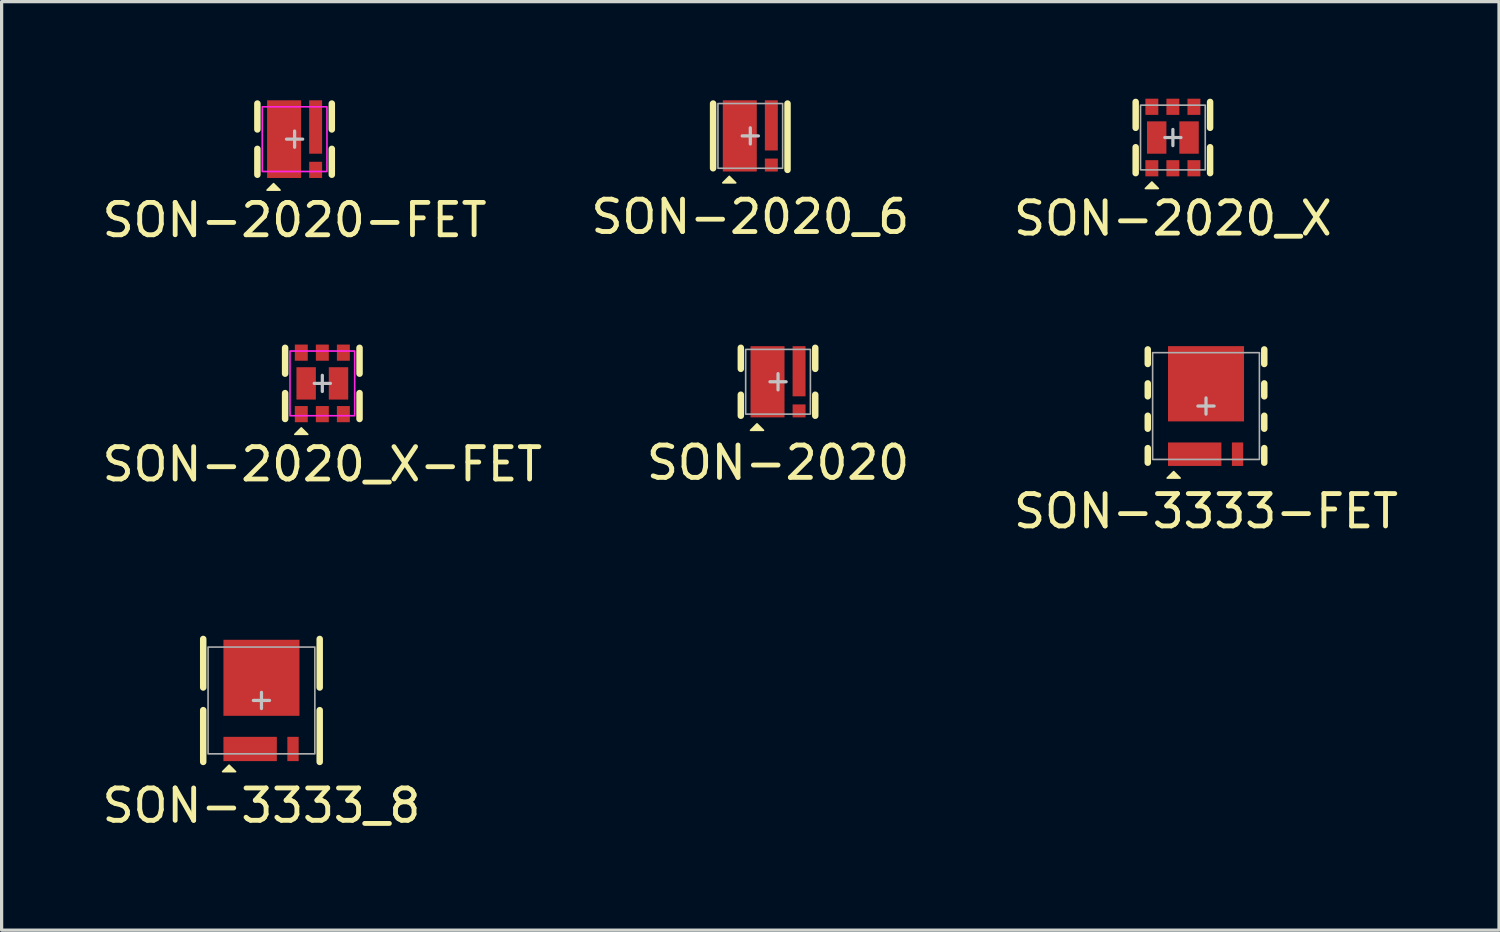
<source format=kicad_pcb>
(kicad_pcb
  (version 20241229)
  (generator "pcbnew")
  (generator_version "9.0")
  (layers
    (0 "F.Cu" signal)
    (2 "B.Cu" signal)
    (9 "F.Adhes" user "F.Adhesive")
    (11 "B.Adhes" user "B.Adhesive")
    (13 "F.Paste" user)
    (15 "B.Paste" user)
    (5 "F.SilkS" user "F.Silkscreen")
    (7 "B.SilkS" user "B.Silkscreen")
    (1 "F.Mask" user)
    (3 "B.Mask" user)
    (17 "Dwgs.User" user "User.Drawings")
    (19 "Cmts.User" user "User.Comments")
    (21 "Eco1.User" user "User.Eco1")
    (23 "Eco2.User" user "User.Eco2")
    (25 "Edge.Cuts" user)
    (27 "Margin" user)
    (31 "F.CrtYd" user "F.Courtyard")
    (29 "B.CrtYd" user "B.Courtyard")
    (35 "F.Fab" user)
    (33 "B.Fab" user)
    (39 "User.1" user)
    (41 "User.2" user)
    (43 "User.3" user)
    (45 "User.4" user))
  (footprint "SON-2020"
    (layer "F.Cu")
    (at 20.994 8.748)
    (property "Reference" "SON-2020" (at 0 2.5 0) (unlocked yes) (layer "F.SilkS") (effects (font (size 1 1) (thickness 0.15))))
    (attr smd)
    (fp_rect (start -0.85 -0.7) (end -0.45 -1.1) (stroke (width 0.1) (type solid)) (fill yes) (layer "F.Mask"))
    (fp_rect (start -0.85 -0.45) (end 0.2 0.45) (stroke (width 0.1) (type solid)) (fill yes) (layer "F.Mask"))
    (fp_rect (start -0.85 1.1) (end -0.45 0.7) (stroke (width 0.1) (type solid)) (fill yes) (layer "F.Mask"))
    (fp_rect (start -0.2 -0.7) (end 0.2 -1.1) (stroke (width 0.1) (type solid)) (fill yes) (layer "F.Mask"))
    (fp_rect (start -0.2 1.1) (end 0.2 0.7) (stroke (width 0.1) (type solid)) (fill yes) (layer "F.Mask"))
    (fp_rect (start 0.45 -0.7) (end 0.85 -1.1) (stroke (width 0.1) (type solid)) (fill yes) (layer "F.Mask"))
    (fp_rect (start 0.45 0.45) (end 0.85 -0.45) (stroke (width 0.1) (type solid)) (fill yes) (layer "F.Mask"))
    (fp_line (start -1.15 -0.4) (end -1.15 -1.05) (stroke (width 0.2) (type solid)) (layer "F.SilkS"))
    (fp_line (start -1.15 1.05) (end -1.15 0.4) (stroke (width 0.2) (type solid)) (layer "F.SilkS"))
    (fp_line (start 1.15 -0.4) (end 1.15 -1.05) (stroke (width 0.2) (type solid)) (layer "F.SilkS"))
    (fp_line (start 1.15 1.05) (end 1.15 0.4) (stroke (width 0.2) (type solid)) (layer "F.SilkS"))
    (fp_poly (pts (xy -0.85 1.5) (xy -0.65 1.3) (xy -0.45 1.5)) (stroke (width 0.05) (type solid)) (fill yes) (layer "F.SilkS"))
    (fp_rect (start -0.8 -1.05) (end -0.45 -0.7) (stroke (width 0) (type solid)) (fill yes) (layer "F.Paste"))
    (fp_rect (start -0.8 -0.45) (end -0.4 0.45) (stroke (width 0) (type solid)) (fill yes) (layer "F.Paste"))
    (fp_rect (start -0.8 1.05) (end -0.45 0.7) (stroke (width 0) (type solid)) (fill yes) (layer "F.Paste"))
    (fp_rect (start -0.25 -0.45) (end 0.15 0.45) (stroke (width 0) (type solid)) (fill yes) (layer "F.Paste"))
    (fp_rect (start 0.15 -1.05) (end -0.2 -0.7) (stroke (width 0) (type solid)) (fill yes) (layer "F.Paste"))
    (fp_rect (start 0.15 1.05) (end -0.2 0.7) (stroke (width 0) (type solid)) (fill yes) (layer "F.Paste"))
    (fp_rect (start 0.5 -1.05) (end 0.8 -0.7) (stroke (width 0) (type solid)) (fill yes) (layer "F.Paste"))
    (fp_rect (start 0.5 0.4) (end 0.8 -0.45) (stroke (width 0) (type solid)) (fill yes) (layer "F.Paste"))
    (fp_line (start -0.25 0) (end 0.25 0) (stroke (width 0.1) (type solid)) (layer "Dwgs.User"))
    (fp_line (start 0 -0.25) (end 0 0.25) (stroke (width 0.1) (type solid)) (layer "Dwgs.User"))
    (fp_rect (start -1 -1) (end 1 1) (stroke (width 0.05) (type solid)) (fill no) (layer "F.Fab"))
    (pad "D" smd rect (at -0.325 0 90) (size 2.2 1.05) (layers "F.Cu"))
    (pad "G" smd rect (at 0.65 0.9) (size 0.4 0.4) (layers "F.Cu" "F.Mask" "F.Paste"))
    (pad "S" smd rect (at 0.65 -0.325 90) (size 1.55 0.4) (layers "F.Cu")))
  (footprint "SON-2020_6"
    (layer "F.Cu")
    (at 20.137 1.15)
    (property "Reference" "SON-2020_6" (at 0 2.5 0) (unlocked yes) (layer "F.SilkS") (effects (font (size 1 1) (thickness 0.15))))
    (attr smd)
    (fp_rect (start -0.85 -0.7) (end -0.45 -1.1) (stroke (width 0.1) (type solid)) (fill yes) (layer "F.Mask"))
    (fp_rect (start -0.85 -0.45) (end 0.2 0.45) (stroke (width 0.1) (type solid)) (fill yes) (layer "F.Mask"))
    (fp_rect (start -0.85 1.1) (end -0.45 0.7) (stroke (width 0.1) (type solid)) (fill yes) (layer "F.Mask"))
    (fp_rect (start -0.2 -0.7) (end 0.2 -1.1) (stroke (width 0.1) (type solid)) (fill yes) (layer "F.Mask"))
    (fp_rect (start -0.2 1.1) (end 0.2 0.7) (stroke (width 0.1) (type solid)) (fill yes) (layer "F.Mask"))
    (fp_rect (start 0.45 -0.7) (end 0.85 -1.1) (stroke (width 0.1) (type solid)) (fill yes) (layer "F.Mask"))
    (fp_rect (start 0.45 0.45) (end 0.85 -0.45) (stroke (width 0.1) (type solid)) (fill yes) (layer "F.Mask"))
    (fp_line (start -1.15 1) (end -1.15 -1) (stroke (width 0.2) (type solid)) (layer "F.SilkS"))
    (fp_line (start 1.15 1.05) (end 1.15 -1) (stroke (width 0.2) (type solid)) (layer "F.SilkS"))
    (fp_poly (pts (xy -0.85 1.45) (xy -0.65 1.25) (xy -0.45 1.45)) (stroke (width 0.05) (type solid)) (fill yes) (layer "F.SilkS"))
    (fp_rect (start -0.8 -1.05) (end -0.45 -0.7) (stroke (width 0) (type solid)) (fill yes) (layer "F.Paste"))
    (fp_rect (start -0.8 -0.45) (end -0.4 0.45) (stroke (width 0) (type solid)) (fill yes) (layer "F.Paste"))
    (fp_rect (start -0.8 1.05) (end -0.45 0.7) (stroke (width 0) (type solid)) (fill yes) (layer "F.Paste"))
    (fp_rect (start -0.25 -0.45) (end 0.15 0.45) (stroke (width 0) (type solid)) (fill yes) (layer "F.Paste"))
    (fp_rect (start 0.15 -1.05) (end -0.2 -0.7) (stroke (width 0) (type solid)) (fill yes) (layer "F.Paste"))
    (fp_rect (start 0.15 1.05) (end -0.2 0.7) (stroke (width 0) (type solid)) (fill yes) (layer "F.Paste"))
    (fp_rect (start 0.5 -1.05) (end 0.8 -0.7) (stroke (width 0) (type solid)) (fill yes) (layer "F.Paste"))
    (fp_rect (start 0.5 0.4) (end 0.8 -0.45) (stroke (width 0) (type solid)) (fill yes) (layer "F.Paste"))
    (fp_line (start -0.25 0) (end 0.25 0) (stroke (width 0.1) (type solid)) (layer "Dwgs.User"))
    (fp_line (start 0 -0.25) (end 0 0.25) (stroke (width 0.1) (type solid)) (layer "Dwgs.User"))
    (fp_rect (start -1 -1) (end 1 1) (stroke (width 0.05) (type solid)) (fill no) (layer "F.Fab"))
    (pad "D" smd rect (at -0.325 0) (size 1.05 2.2) (layers "F.Cu"))
    (pad "G" smd rect (at 0.65 0.9) (size 0.4 0.4) (layers "F.Cu" "F.Mask" "F.Paste"))
    (pad "S" smd rect (at 0.65 -0.325) (size 0.4 1.55) (layers "F.Cu")))
  (footprint "SON-3333_8"
    (layer "F.Cu")
    (at 5.03 18.596)
    (property "Reference" "SON-3333_8" (at 0 3.25 0) (unlocked yes) (layer "F.SilkS") (effects (font (size 1 1) (thickness 0.15))))
    (attr smd)
    (fp_rect (start -1.175 1.125) (end -0.825 1.875) (stroke (width 0.1) (type solid)) (fill yes) (layer "F.Mask"))
    (fp_rect (start -0.525 1.125) (end -0.175 1.875) (stroke (width 0.1) (type solid)) (fill yes) (layer "F.Mask"))
    (fp_rect (start 0.125 1.125) (end 0.475 1.875) (stroke (width 0.1) (type solid)) (fill yes) (layer "F.Mask"))
    (fp_poly (pts (xy -0.8 -1.325) (xy -0.5 -1.325) (xy -0.5 -1.875) (xy -0.15 -1.875) (xy -0.15 -1.325) (xy 0.15 -1.325) (xy 0.15 -1.875) (xy 0.5 -1.875) (xy 0.5 -1.325) (xy 0.8 -1.325) (xy 0.8 -1.875) (xy 1.175 -1.875) (xy 1.175 -0.225) (xy 1.725 -0.225) (xy 1.725 0.125) (xy 1.175 0.125) (xy 1.175 0.475) (xy -1.175 0.475) (xy -1.175 0.125) (xy -1.725 0.125) (xy -1.725 -0.225) (xy -1.175 -0.225) (xy -1.175 -1.875) (xy -0.8 -1.875)) (stroke (width 0.1) (type solid)) (fill yes) (layer "F.Mask"))
    (fp_line (start -1.8 -1.9) (end -1.8 -0.4) (stroke (width 0.2) (type solid)) (layer "F.SilkS"))
    (fp_line (start -1.8 0.3) (end -1.8 1.9) (stroke (width 0.2) (type solid)) (layer "F.SilkS"))
    (fp_line (start 1.8 -0.4) (end 1.8 -1.9) (stroke (width 0.2) (type solid)) (layer "F.SilkS"))
    (fp_line (start 1.8 1.9) (end 1.8 0.3) (stroke (width 0.2) (type solid)) (layer "F.SilkS"))
    (fp_poly (pts (xy -1.2 2.2) (xy -1 2) (xy -0.8 2.2)) (stroke (width 0.05) (type solid)) (fill yes) (layer "F.SilkS"))
    (fp_rect (start -1.7 -0.2) (end -1.25 0.1) (stroke (width 0) (type solid)) (fill yes) (layer "F.Paste"))
    (fp_rect (start -1.125 1.175) (end -0.825 1.825) (stroke (width 0) (type solid)) (fill yes) (layer "F.Paste"))
    (fp_rect (start -1.1 -1.8) (end -0.825 -1.45) (stroke (width 0) (type solid)) (fill yes) (layer "F.Paste"))
    (fp_rect (start -1.1 -1.3) (end -0.1 -0.5) (stroke (width 0) (type solid)) (fill yes) (layer "F.Paste"))
    (fp_rect (start -1.05 -0.35) (end -0.1 0.4) (stroke (width 0) (type solid)) (fill yes) (layer "F.Paste"))
    (fp_rect (start -0.525 1.175) (end -0.175 1.825) (stroke (width 0) (type solid)) (fill yes) (layer "F.Paste"))
    (fp_rect (start -0.475 -1.8) (end -0.175 -1.45) (stroke (width 0) (type solid)) (fill yes) (layer "F.Paste"))
    (fp_rect (start 0.1 -1.3) (end 1.1 -0.5) (stroke (width 0) (type solid)) (fill yes) (layer "F.Paste"))
    (fp_rect (start 0.1 -0.35) (end 1.05 0.4) (stroke (width 0) (type solid)) (fill yes) (layer "F.Paste"))
    (fp_rect (start 0.125 1.175) (end 0.425 1.825) (stroke (width 0) (type solid)) (fill yes) (layer "F.Paste"))
    (fp_rect (start 0.175 -1.8) (end 0.475 -1.45) (stroke (width 0) (type solid)) (fill yes) (layer "F.Paste"))
    (fp_rect (start 0.825 -1.8) (end 1.1 -1.45) (stroke (width 0) (type solid)) (fill yes) (layer "F.Paste"))
    (fp_rect (start 1.25 -0.2) (end 1.7 0.1) (stroke (width 0) (type solid)) (fill yes) (layer "F.Paste"))
    (fp_line (start -0.25 0) (end 0.25 0) (stroke (width 0.1) (type solid)) (layer "Dwgs.User"))
    (fp_line (start 0 -0.25) (end 0 0.25) (stroke (width 0.1) (type solid)) (layer "Dwgs.User"))
    (fp_rect (start -1.65 -1.65) (end 1.65 1.65) (stroke (width 0.05) (type solid)) (fill no) (layer "F.Fab"))
    (pad "D" smd rect (at 0 -0.7 90) (size 2.35 2.35) (layers "F.Cu"))
    (pad "G" smd rect (at 0.975 1.5) (size 0.35 0.75) (layers "F.Cu" "F.Mask" "F.Paste"))
    (pad "S" smd rect (at -0.35 1.5) (size 1.65 0.75) (layers "F.Cu")))
  (footprint "SON-3333-FET"
    (layer "F.Cu")
    (at 34.22 9.498)
    (property "Reference" "SON-3333-FET" (at 0 3.25 0) (unlocked yes) (layer "F.SilkS") (effects (font (size 1 1) (thickness 0.15))))
    (attr smd)
    (fp_rect (start -1.175 1.125) (end -0.825 1.85) (stroke (width 0.1) (type solid)) (fill yes) (layer "F.Mask"))
    (fp_rect (start -0.525 1.125) (end -0.175 1.85) (stroke (width 0.1) (type solid)) (fill yes) (layer "F.Mask"))
    (fp_rect (start 0.125 1.125) (end 0.475 1.85) (stroke (width 0.1) (type solid)) (fill yes) (layer "F.Mask"))
    (fp_poly (pts (xy -0.8 -1.325) (xy -0.5 -1.325) (xy -0.5 -1.85) (xy -0.15 -1.85) (xy -0.15 -1.325) (xy 0.15 -1.325) (xy 0.15 -1.85) (xy 0.5 -1.85) (xy 0.5 -1.325) (xy 0.8 -1.325) (xy 0.8 -1.85) (xy 1.175 -1.85) (xy 1.175 0.475) (xy -1.175 0.475) (xy -1.175 -1.85) (xy -0.8 -1.85)) (stroke (width 0.1) (type solid)) (fill yes) (layer "F.Mask"))
    (fp_line (start -1.8 -1.75) (end -1.8 -1.3) (stroke (width 0.2) (type solid)) (layer "F.SilkS"))
    (fp_line (start -1.8 -0.7) (end -1.8 -0.3) (stroke (width 0.2) (type solid)) (layer "F.SilkS"))
    (fp_line (start -1.8 0.3) (end -1.8 0.7) (stroke (width 0.2) (type solid)) (layer "F.SilkS"))
    (fp_line (start -1.8 1.3) (end -1.8 1.75) (stroke (width 0.2) (type solid)) (layer "F.SilkS"))
    (fp_line (start 1.8 -1.75) (end 1.8 -1.3) (stroke (width 0.2) (type solid)) (layer "F.SilkS"))
    (fp_line (start 1.8 -0.7) (end 1.8 -0.3) (stroke (width 0.2) (type solid)) (layer "F.SilkS"))
    (fp_line (start 1.8 0.3) (end 1.8 0.7) (stroke (width 0.2) (type solid)) (layer "F.SilkS"))
    (fp_line (start 1.8 1.3) (end 1.8 1.75) (stroke (width 0.2) (type solid)) (layer "F.SilkS"))
    (fp_poly (pts (xy -1.2 2.225) (xy -1 2.025) (xy -0.8 2.225)) (stroke (width 0.05) (type solid)) (fill yes) (layer "F.SilkS"))
    (fp_rect (start -1.125 1.175) (end -0.85 1.8) (stroke (width 0) (type solid)) (fill yes) (layer "F.Paste"))
    (fp_rect (start -1.1 -1.775) (end -0.825 -1.45) (stroke (width 0) (type solid)) (fill yes) (layer "F.Paste"))
    (fp_rect (start -1.05 -1.25) (end -0.1 -0.55) (stroke (width 0) (type solid)) (fill yes) (layer "F.Paste"))
    (fp_rect (start -1.05 -0.35) (end -0.1 0.35) (stroke (width 0) (type solid)) (fill yes) (layer "F.Paste"))
    (fp_rect (start -0.5 1.175) (end -0.2 1.8) (stroke (width 0) (type solid)) (fill yes) (layer "F.Paste"))
    (fp_rect (start -0.475 -1.775) (end -0.175 -1.45) (stroke (width 0) (type solid)) (fill yes) (layer "F.Paste"))
    (fp_rect (start 0.1 -1.25) (end 1.05 -0.55) (stroke (width 0) (type solid)) (fill yes) (layer "F.Paste"))
    (fp_rect (start 0.1 -0.35) (end 1.05 0.35) (stroke (width 0) (type solid)) (fill yes) (layer "F.Paste"))
    (fp_rect (start 0.15 1.175) (end 0.425 1.8) (stroke (width 0) (type solid)) (fill yes) (layer "F.Paste"))
    (fp_rect (start 0.175 -1.775) (end 0.475 -1.45) (stroke (width 0) (type solid)) (fill yes) (layer "F.Paste"))
    (fp_rect (start 0.825 -1.775) (end 1.1 -1.45) (stroke (width 0) (type solid)) (fill yes) (layer "F.Paste"))
    (fp_line (start -0.25 0) (end 0.25 0) (stroke (width 0.1) (type solid)) (layer "Dwgs.User"))
    (fp_line (start 0 -0.25) (end 0 0.25) (stroke (width 0.1) (type solid)) (layer "Dwgs.User"))
    (fp_rect (start -1.65 -1.65) (end 1.65 1.65) (stroke (width 0.05) (type solid)) (fill no) (layer "F.Fab"))
    (pad "D" smd rect (at 0 -0.688) (size 2.35 2.325) (layers "F.Cu"))
    (pad "G" smd rect (at 0.975 1.488 90) (size 0.725 0.35) (layers "F.Cu" "F.Mask" "F.Paste"))
    (pad "S" smd rect (at -0.35 1.488) (size 1.65 0.725) (layers "F.Cu")))
  (footprint "SON-2020_X"
    (layer "F.Cu")
    (at 33.196 1.2)
    (property "Reference" "SON-2020_X" (at 0 2.5 0) (unlocked yes) (layer "F.SilkS") (effects (font (size 1 1) (thickness 0.15))))
    (attr smd)
    (fp_line (start -1.15 -0.3) (end -1.15 -1.1) (stroke (width 0.2) (type solid)) (layer "F.SilkS"))
    (fp_line (start -1.15 1.1) (end -1.15 0.3) (stroke (width 0.2) (type solid)) (layer "F.SilkS"))
    (fp_line (start 1.15 -0.3) (end 1.15 -1.1) (stroke (width 0.2) (type solid)) (layer "F.SilkS"))
    (fp_line (start 1.15 1.1) (end 1.15 0.3) (stroke (width 0.2) (type solid)) (layer "F.SilkS"))
    (fp_poly (pts (xy -0.85 1.575) (xy -0.65 1.375) (xy -0.45 1.575)) (stroke (width 0.05) (type solid)) (fill yes) (layer "F.SilkS"))
    (fp_line (start 0 -0.25) (end 0 0.25) (stroke (width 0.1) (type solid)) (layer "Dwgs.User"))
    (fp_line (start 0.25 0) (end -0.25 0) (stroke (width 0.1) (type solid)) (layer "Dwgs.User"))
    (fp_rect (start -1 -1) (end 1 1) (stroke (width 0.05) (type solid)) (fill no) (layer "F.Fab"))
    (pad "D1" smd rect (at -0.65 -0.95 90) (size 0.5 0.4) (layers "F.Cu" "F.Mask" "F.Paste"))
    (pad "D1" smd rect (at -0.5 0 90) (size 1 0.6) (layers "F.Cu" "F.Mask" "F.Paste"))
    (pad "D2" smd rect (at 0.5 0 90) (size 1 0.6) (layers "F.Cu" "F.Mask" "F.Paste"))
    (pad "D2" smd rect (at 0.65 0.95 90) (size 0.5 0.4) (layers "F.Cu" "F.Mask" "F.Paste"))
    (pad "G1" smd rect (at 0 0.95 90) (size 0.5 0.4) (layers "F.Cu" "F.Mask" "F.Paste"))
    (pad "G2" smd rect (at 0 -0.95 90) (size 0.5 0.4) (layers "F.Cu" "F.Mask" "F.Paste"))
    (pad "S1" smd rect (at -0.65 0.95 90) (size 0.5 0.4) (layers "F.Cu" "F.Mask" "F.Paste"))
    (pad "S2" smd rect (at 0.65 -0.95 90) (size 0.5 0.4) (layers "F.Cu" "F.Mask" "F.Paste")))
  (footprint "SON-2020-FET"
    (layer "F.Cu")
    (at 6.054 1.25)
    (property "Reference" "SON-2020-FET" (at 0 2.5 0) (unlocked yes) (layer "F.SilkS") (effects (font (size 1 1) (thickness 0.15))))
    (attr smd)
    (fp_rect (start -0.85 -0.7) (end -0.45 -1.2) (stroke (width 0.1) (type solid)) (fill yes) (layer "F.Mask"))
    (fp_rect (start -0.85 -0.45) (end 0.2 0.45) (stroke (width 0.1) (type solid)) (fill yes) (layer "F.Mask"))
    (fp_rect (start -0.85 1.2) (end -0.45 0.7) (stroke (width 0.1) (type solid)) (fill yes) (layer "F.Mask"))
    (fp_rect (start -0.2 -0.7) (end 0.2 -1.2) (stroke (width 0.1) (type solid)) (fill yes) (layer "F.Mask"))
    (fp_rect (start -0.2 1.2) (end 0.2 0.7) (stroke (width 0.1) (type solid)) (fill yes) (layer "F.Mask"))
    (fp_rect (start 0.45 -0.7) (end 0.85 -1.2) (stroke (width 0.1) (type solid)) (fill yes) (layer "F.Mask"))
    (fp_rect (start 0.45 0.45) (end 0.85 -0.45) (stroke (width 0.1) (type solid)) (fill yes) (layer "F.Mask"))
    (fp_line (start -1.15 -0.3) (end -1.15 -1.1) (stroke (width 0.2) (type solid)) (layer "F.SilkS"))
    (fp_line (start -1.15 1.1) (end -1.15 0.3) (stroke (width 0.2) (type solid)) (layer "F.SilkS"))
    (fp_line (start 1.15 -0.3) (end 1.15 -1.1) (stroke (width 0.2) (type solid)) (layer "F.SilkS"))
    (fp_line (start 1.15 1.1) (end 1.15 0.3) (stroke (width 0.2) (type solid)) (layer "F.SilkS"))
    (fp_poly (pts (xy -0.85 1.575) (xy -0.65 1.375) (xy -0.45 1.575)) (stroke (width 0.05) (type solid)) (fill yes) (layer "F.SilkS"))
    (fp_rect (start -0.8 -1.15) (end -0.475 -0.725) (stroke (width 0) (type solid)) (fill yes) (layer "F.Paste"))
    (fp_rect (start -0.8 1.15) (end -0.475 0.725) (stroke (width 0) (type solid)) (fill yes) (layer "F.Paste"))
    (fp_rect (start -0.775 -0.425) (end -0.425 0.425) (stroke (width 0) (type solid)) (fill yes) (layer "F.Paste"))
    (fp_rect (start -0.225 -0.425) (end 0.125 0.425) (stroke (width 0) (type solid)) (fill yes) (layer "F.Paste"))
    (fp_rect (start 0.15 -1.15) (end -0.175 -0.725) (stroke (width 0) (type solid)) (fill yes) (layer "F.Paste"))
    (fp_rect (start 0.15 1.15) (end -0.175 0.725) (stroke (width 0) (type solid)) (fill yes) (layer "F.Paste"))
    (fp_rect (start 0.5 -1.15) (end 0.8 -0.725) (stroke (width 0) (type solid)) (fill yes) (layer "F.Paste"))
    (fp_rect (start 0.5 0.375) (end 0.8 -0.425) (stroke (width 0) (type solid)) (fill yes) (layer "F.Paste"))
    (fp_line (start -0.25 0) (end 0.25 0) (stroke (width 0.1) (type solid)) (layer "Dwgs.User"))
    (fp_line (start 0 -0.25) (end 0 0.25) (stroke (width 0.1) (type solid)) (layer "Dwgs.User"))
    (fp_rect (start -1 -1) (end 1 1) (stroke (width 0.05) (type solid)) (fill no) (layer "F.CrtYd"))
    (pad "D" smd rect (at -0.325 0 90) (size 2.4 1.05) (layers "F.Cu"))
    (pad "G" smd rect (at 0.65 0.95 90) (size 0.5 0.4) (layers "F.Cu" "F.Mask" "F.Paste"))
    (pad "S" smd rect (at 0.65 -0.375 90) (size 1.65 0.4) (layers "F.Cu")))
  (footprint "SON-2020_X-FET"
    (layer "F.Cu")
    (at 6.911 8.798)
    (property "Reference" "SON-2020_X-FET" (at 0 2.5 0) (unlocked yes) (layer "F.SilkS") (effects (font (size 1 1) (thickness 0.15))))
    (attr smd)
    (fp_line (start -1.15 -0.3) (end -1.15 -1.1) (stroke (width 0.2) (type solid)) (layer "F.SilkS"))
    (fp_line (start -1.15 1.1) (end -1.15 0.3) (stroke (width 0.2) (type solid)) (layer "F.SilkS"))
    (fp_line (start 1.15 -0.3) (end 1.15 -1.1) (stroke (width 0.2) (type solid)) (layer "F.SilkS"))
    (fp_line (start 1.15 1.1) (end 1.15 0.3) (stroke (width 0.2) (type solid)) (layer "F.SilkS"))
    (fp_poly (pts (xy -0.85 1.575) (xy -0.65 1.375) (xy -0.45 1.575)) (stroke (width 0.05) (type solid)) (fill yes) (layer "F.SilkS"))
    (fp_line (start 0 -0.25) (end 0 0.25) (stroke (width 0.1) (type solid)) (layer "Dwgs.User"))
    (fp_line (start 0.25 0) (end -0.25 0) (stroke (width 0.1) (type solid)) (layer "Dwgs.User"))
    (fp_rect (start -1 -1) (end 1 1) (stroke (width 0.05) (type solid)) (fill no) (layer "F.CrtYd"))
    (pad "D1" smd rect (at -0.65 -0.95 90) (size 0.5 0.4) (layers "F.Cu" "F.Mask" "F.Paste"))
    (pad "D1" smd rect (at -0.5 0 90) (size 1 0.6) (layers "F.Cu" "F.Mask" "F.Paste"))
    (pad "D2" smd rect (at 0.5 0 90) (size 1 0.6) (layers "F.Cu" "F.Mask" "F.Paste"))
    (pad "D2" smd rect (at 0.65 0.95 90) (size 0.5 0.4) (layers "F.Cu" "F.Mask" "F.Paste"))
    (pad "G1" smd rect (at 0 0.95 90) (size 0.5 0.4) (layers "F.Cu" "F.Mask" "F.Paste"))
    (pad "G2" smd rect (at 0 -0.95 90) (size 0.5 0.4) (layers "F.Cu" "F.Mask" "F.Paste"))
    (pad "S1" smd rect (at -0.65 0.95 90) (size 0.5 0.4) (layers "F.Cu" "F.Mask" "F.Paste"))
    (pad "S2" smd rect (at 0.65 -0.95 90) (size 0.5 0.4) (layers "F.Cu" "F.Mask" "F.Paste")))
  (gr_rect
    (start -3 -3)
    (end 43.274 25.695)
    (stroke (width 0.1) (type default))
    (fill no)
    (layer "Edge.Cuts")))
</source>
